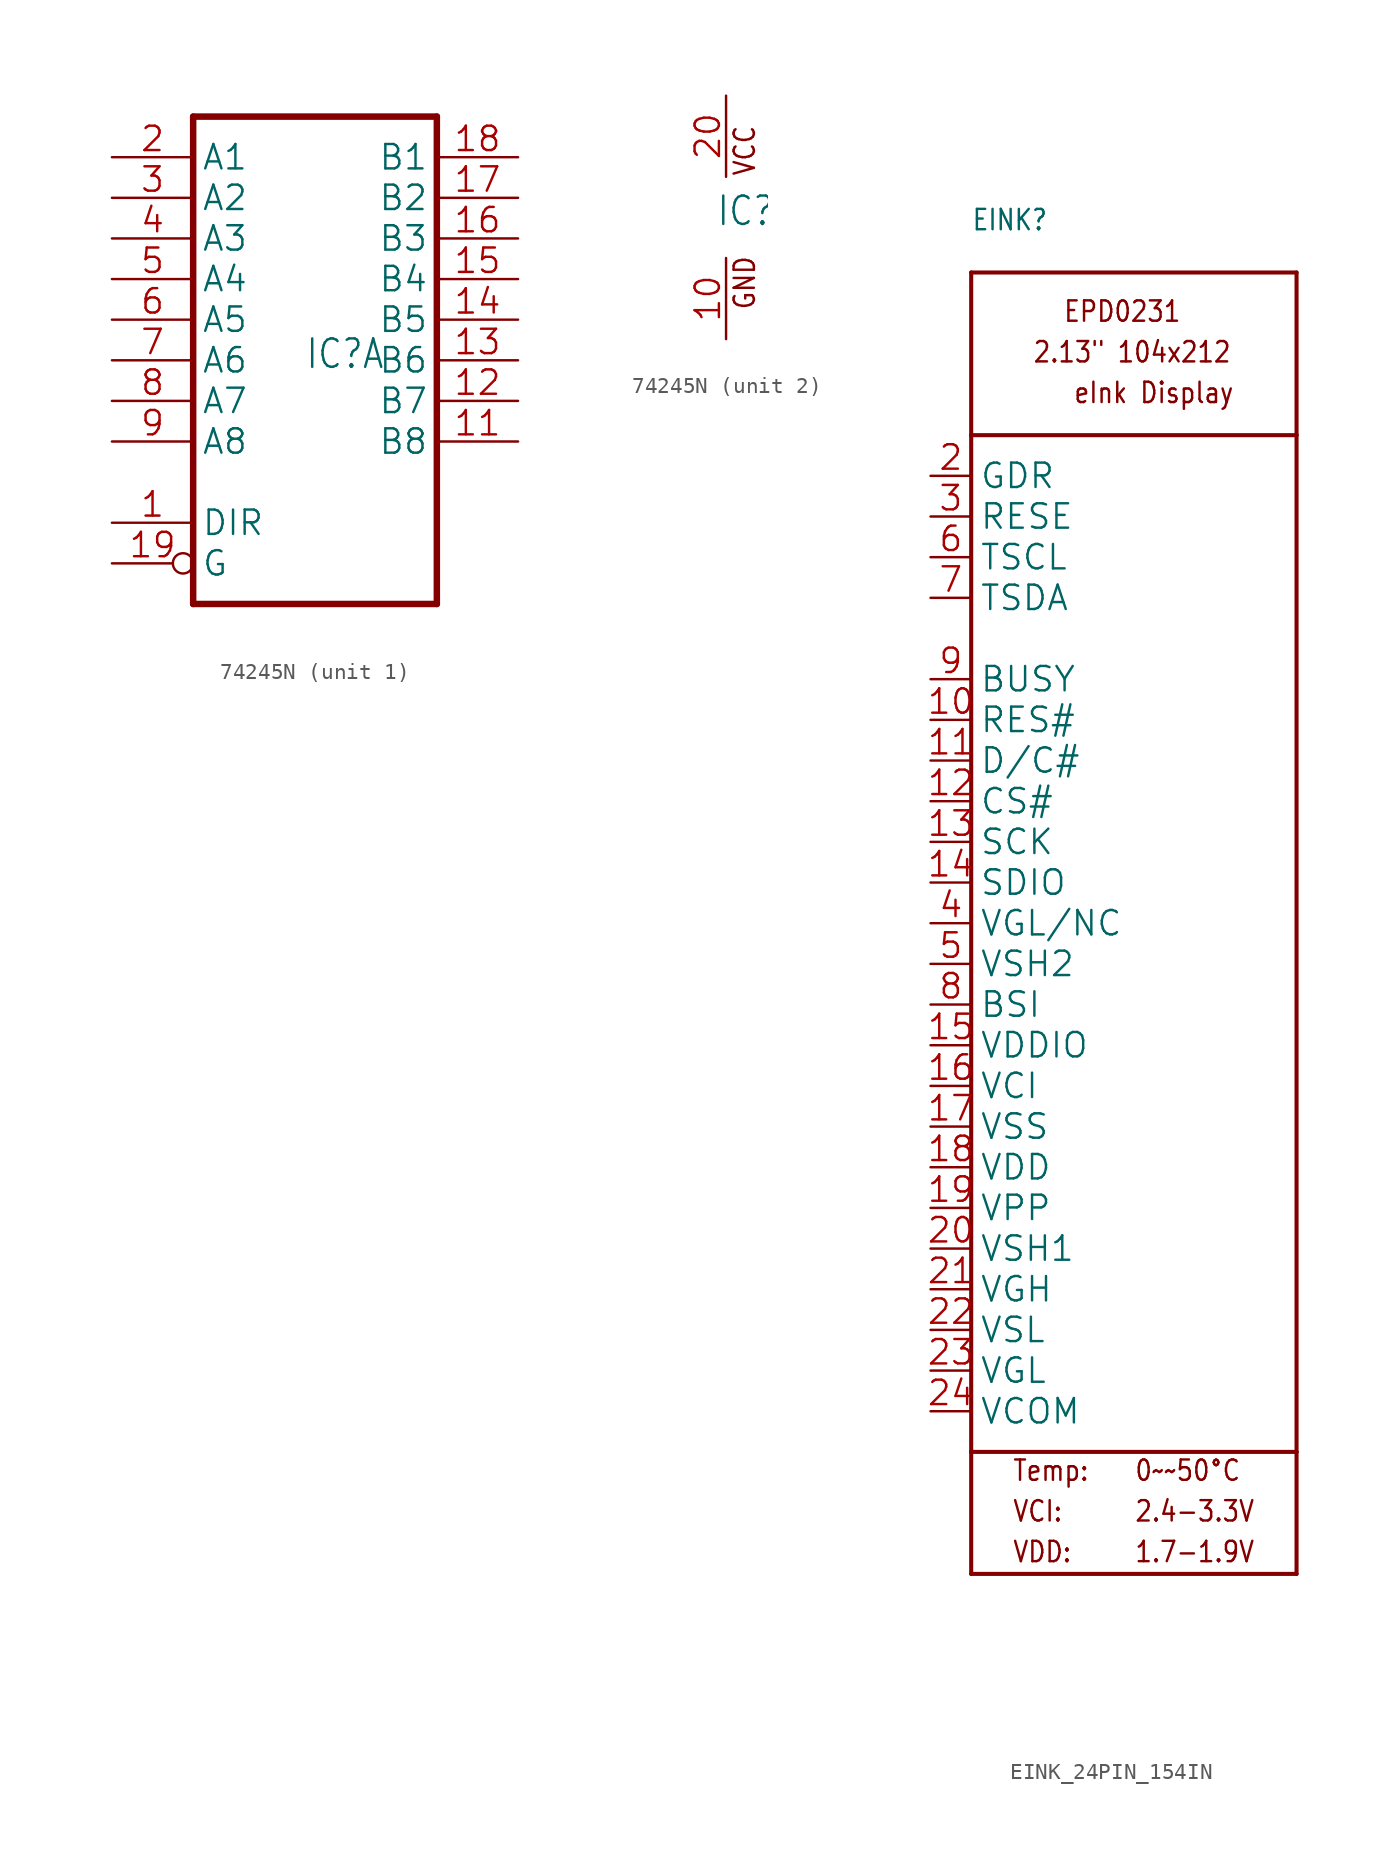
<source format=kicad_sym>
(kicad_symbol_lib
  (version 20241209)
  (generator "kicad_symbol_editor")
  (generator_version "9.0")
  (symbol "74245N"
    (property "Reference" "IC"
      (at -0.635 -0.635 0)
      (effects (font (size 1.778 1.511)) (justify left bottom)))
    (property "ki_locked" ""
      (at 0 0 0)
      (effects (font (size 1.27 1.27))))
    (symbol "74245N_1_0"
      (polyline (pts (xy -7.62 15.24) (xy -7.62 -15.24)) (stroke (width 0.406) (type solid)) (fill (type none)))
      (polyline (pts (xy -7.62 -15.24) (xy 7.62 -15.24)) (stroke (width 0.406) (type solid)) (fill (type none)))
      (polyline (pts (xy 7.62 15.24) (xy -7.62 15.24)) (stroke (width 0.406) (type solid)) (fill (type none)))
      (polyline (pts (xy 7.62 -15.24) (xy 7.62 15.24)) (stroke (width 0.406) (type solid)) (fill (type none)))
      (pin bidirectional line (at -12.7 12.7 0) (length 5.08) (name "A1" (effects (font (size 1.524 1.524)))) (number "2" (effects (font (size 1.524 1.524)))))
      (pin bidirectional line (at -12.7 10.16 0) (length 5.08) (name "A2" (effects (font (size 1.524 1.524)))) (number "3" (effects (font (size 1.524 1.524)))))
      (pin bidirectional line (at -12.7 7.62 0) (length 5.08) (name "A3" (effects (font (size 1.524 1.524)))) (number "4" (effects (font (size 1.524 1.524)))))
      (pin bidirectional line (at -12.7 5.08 0) (length 5.08) (name "A4" (effects (font (size 1.524 1.524)))) (number "5" (effects (font (size 1.524 1.524)))))
      (pin bidirectional line (at -12.7 2.54 0) (length 5.08) (name "A5" (effects (font (size 1.524 1.524)))) (number "6" (effects (font (size 1.524 1.524)))))
      (pin bidirectional line (at -12.7 0 0) (length 5.08) (name "A6" (effects (font (size 1.524 1.524)))) (number "7" (effects (font (size 1.524 1.524)))))
      (pin bidirectional line (at -12.7 -2.54 0) (length 5.08) (name "A7" (effects (font (size 1.524 1.524)))) (number "8" (effects (font (size 1.524 1.524)))))
      (pin bidirectional line (at -12.7 -5.08 0) (length 5.08) (name "A8" (effects (font (size 1.524 1.524)))) (number "9" (effects (font (size 1.524 1.524)))))
      (pin input line (at -12.7 -10.16 0) (length 5.08) (name "DIR" (effects (font (size 1.524 1.524)))) (number "1" (effects (font (size 1.524 1.524)))))
      (pin input inverted (at -12.7 -12.7 0) (length 5.08) (name "G" (effects (font (size 1.524 1.524)))) (number "19" (effects (font (size 1.524 1.524)))))
      (pin bidirectional line (at 12.7 12.7 180) (length 5.08) (name "B1" (effects (font (size 1.524 1.524)))) (number "18" (effects (font (size 1.524 1.524)))))
      (pin bidirectional line (at 12.7 10.16 180) (length 5.08) (name "B2" (effects (font (size 1.524 1.524)))) (number "17" (effects (font (size 1.524 1.524)))))
      (pin bidirectional line (at 12.7 7.62 180) (length 5.08) (name "B3" (effects (font (size 1.524 1.524)))) (number "16" (effects (font (size 1.524 1.524)))))
      (pin bidirectional line (at 12.7 5.08 180) (length 5.08) (name "B4" (effects (font (size 1.524 1.524)))) (number "15" (effects (font (size 1.524 1.524)))))
      (pin bidirectional line (at 12.7 2.54 180) (length 5.08) (name "B5" (effects (font (size 1.524 1.524)))) (number "14" (effects (font (size 1.524 1.524)))))
      (pin bidirectional line (at 12.7 0 180) (length 5.08) (name "B6" (effects (font (size 1.524 1.524)))) (number "13" (effects (font (size 1.524 1.524)))))
      (pin bidirectional line (at 12.7 -2.54 180) (length 5.08) (name "B7" (effects (font (size 1.524 1.524)))) (number "12" (effects (font (size 1.524 1.524)))))
      (pin bidirectional line (at 12.7 -5.08 180) (length 5.08) (name "B8" (effects (font (size 1.524 1.524)))) (number "11" (effects (font (size 1.524 1.524))))))
    (symbol "74245N_2_0"
      (text "VCC" (at 1.905 2.54 900) (effects (font (size 1.27 1.079)) (justify left bottom)))
      (text "GND" (at 1.905 -5.842 900) (effects (font (size 1.27 1.079)) (justify left bottom)))
      (pin power_in line (at 0 7.62 270) (length 5.08) (name "VCC" (effects (font (size 0 0)))) (number "20" (effects (font (size 1.524 1.524)))))
      (pin power_in line (at 0 -7.62 90) (length 5.08) (name "GND" (effects (font (size 0 0)))) (number "10" (effects (font (size 1.524 1.524)))))))
  (symbol "EINK_24PIN_154IN"
    (property "Reference" "EINK"
      (at -10.16 43.18 0)
      (effects (font (size 1.27 1.079)) (justify left bottom)))
    (property "Value" ""
      (at -10.16 -43.18 0)
      (effects (font (size 1.27 1.079)) (justify left bottom)))
    (property "ki_locked" ""
      (at 0 0 0)
      (effects (font (size 1.27 1.27))))
    (symbol "EINK_24PIN_154IN_1_0"
      (polyline (pts (xy -10.16 40.64) (xy -10.16 30.48)) (stroke (width 0.254) (type solid)) (fill (type none)))
      (polyline (pts (xy -10.16 40.64) (xy 10.16 40.64)) (stroke (width 0.254) (type solid)) (fill (type none)))
      (polyline (pts (xy -10.16 30.48) (xy 10.16 30.48)) (stroke (width 0.254) (type solid)) (fill (type none)))
      (polyline (pts (xy -10.16 -33.02) (xy -10.16 30.48)) (stroke (width 0.254) (type solid)) (fill (type none)))
      (polyline (pts (xy -10.16 -33.02) (xy -10.16 -40.64)) (stroke (width 0.254) (type solid)) (fill (type none)))
      (polyline (pts (xy -10.16 -40.64) (xy 10.16 -40.64)) (stroke (width 0.254) (type solid)) (fill (type none)))
      (polyline (pts (xy 10.16 40.64) (xy 10.16 30.48)) (stroke (width 0.254) (type solid)) (fill (type none)))
      (polyline (pts (xy 10.16 30.48) (xy 10.16 -33.02)) (stroke (width 0.254) (type solid)) (fill (type none)))
      (polyline (pts (xy 10.16 -33.02) (xy -10.16 -33.02)) (stroke (width 0.254) (type solid)) (fill (type none)))
      (polyline (pts (xy 10.16 -40.64) (xy 10.16 -33.02)) (stroke (width 0.254) (type solid)) (fill (type none)))
      (text "Temp:" (at -7.62 -34.925 0) (effects (font (size 1.27 1.079)) (justify left bottom)))
      (text "VCI:" (at -7.62 -37.465 0) (effects (font (size 1.27 1.079)) (justify left bottom)))
      (text "VDD:" (at -7.62 -40.005 0) (effects (font (size 1.27 1.079)) (justify left bottom)))
      (text "2.13\" 104x212" (at -6.35 34.925 0) (effects (font (size 1.27 1.079)) (justify left bottom)))
      (text "EPD0231" (at -4.445 37.465 0) (effects (font (size 1.27 1.079)) (justify left bottom)))
      (text "eInk Display" (at -3.81 32.385 0) (effects (font (size 1.27 1.079)) (justify left bottom)))
      (text "0~~50°C" (at 0 -34.925 0) (effects (font (size 1.27 1.079)) (justify left bottom)))
      (text "2.4-3.3V" (at 0 -37.465 0) (effects (font (size 1.27 1.079)) (justify left bottom)))
      (text "1.7-1.9V" (at 0 -40.005 0) (effects (font (size 1.27 1.079)) (justify left bottom)))
      (pin output line (at -12.7 27.94 0) (length 2.54) (name "GDR" (effects (font (size 1.524 1.524)))) (number "2" (effects (font (size 1.524 1.524)))))
      (pin input line (at -12.7 25.4 0) (length 2.54) (name "RESE" (effects (font (size 1.524 1.524)))) (number "3" (effects (font (size 1.524 1.524)))))
      (pin output line (at -12.7 22.86 0) (length 2.54) (name "TSCL" (effects (font (size 1.524 1.524)))) (number "6" (effects (font (size 1.524 1.524)))))
      (pin bidirectional line (at -12.7 20.32 0) (length 2.54) (name "TSDA" (effects (font (size 1.524 1.524)))) (number "7" (effects (font (size 1.524 1.524)))))
      (pin output line (at -12.7 15.24 0) (length 2.54) (name "BUSY" (effects (font (size 1.524 1.524)))) (number "9" (effects (font (size 1.524 1.524)))))
      (pin input line (at -12.7 12.7 0) (length 2.54) (name "RES#" (effects (font (size 1.524 1.524)))) (number "10" (effects (font (size 1.524 1.524)))))
      (pin input line (at -12.7 10.16 0) (length 2.54) (name "D/C#" (effects (font (size 1.524 1.524)))) (number "11" (effects (font (size 1.524 1.524)))))
      (pin input line (at -12.7 7.62 0) (length 2.54) (name "CS#" (effects (font (size 1.524 1.524)))) (number "12" (effects (font (size 1.524 1.524)))))
      (pin bidirectional line (at -12.7 5.08 0) (length 2.54) (name "SCK" (effects (font (size 1.524 1.524)))) (number "13" (effects (font (size 1.524 1.524)))))
      (pin bidirectional line (at -12.7 2.54 0) (length 2.54) (name "SDIO" (effects (font (size 1.524 1.524)))) (number "14" (effects (font (size 1.524 1.524)))))
      (pin bidirectional line (at -12.7 0 0) (length 2.54) (name "VGL/NC" (effects (font (size 1.524 1.524)))) (number "4" (effects (font (size 1.524 1.524)))))
      (pin passive line (at -12.7 -2.54 0) (length 2.54) (name "VSH2" (effects (font (size 1.524 1.524)))) (number "5" (effects (font (size 1.524 1.524)))))
      (pin input line (at -12.7 -5.08 0) (length 2.54) (name "BSI" (effects (font (size 1.524 1.524)))) (number "8" (effects (font (size 1.524 1.524)))))
      (pin power_in line (at -12.7 -7.62 0) (length 2.54) (name "VDDIO" (effects (font (size 1.524 1.524)))) (number "15" (effects (font (size 1.524 1.524)))))
      (pin power_in line (at -12.7 -10.16 0) (length 2.54) (name "VCI" (effects (font (size 1.524 1.524)))) (number "16" (effects (font (size 1.524 1.524)))))
      (pin power_in line (at -12.7 -12.7 0) (length 2.54) (name "VSS" (effects (font (size 1.524 1.524)))) (number "17" (effects (font (size 1.524 1.524)))))
      (pin passive line (at -12.7 -15.24 0) (length 2.54) (name "VDD" (effects (font (size 1.524 1.524)))) (number "18" (effects (font (size 1.524 1.524)))))
      (pin passive line (at -12.7 -17.78 0) (length 2.54) (name "VPP" (effects (font (size 1.524 1.524)))) (number "19" (effects (font (size 1.524 1.524)))))
      (pin passive line (at -12.7 -20.32 0) (length 2.54) (name "VSH1" (effects (font (size 1.524 1.524)))) (number "20" (effects (font (size 1.524 1.524)))))
      (pin passive line (at -12.7 -22.86 0) (length 2.54) (name "VGH" (effects (font (size 1.524 1.524)))) (number "21" (effects (font (size 1.524 1.524)))))
      (pin passive line (at -12.7 -25.4 0) (length 2.54) (name "VSL" (effects (font (size 1.524 1.524)))) (number "22" (effects (font (size 1.524 1.524)))))
      (pin passive line (at -12.7 -27.94 0) (length 2.54) (name "VGL" (effects (font (size 1.524 1.524)))) (number "23" (effects (font (size 1.524 1.524)))))
      (pin passive line (at -12.7 -30.48 0) (length 2.54) (name "VCOM" (effects (font (size 1.524 1.524)))) (number "24" (effects (font (size 1.524 1.524))))))))
</source>
